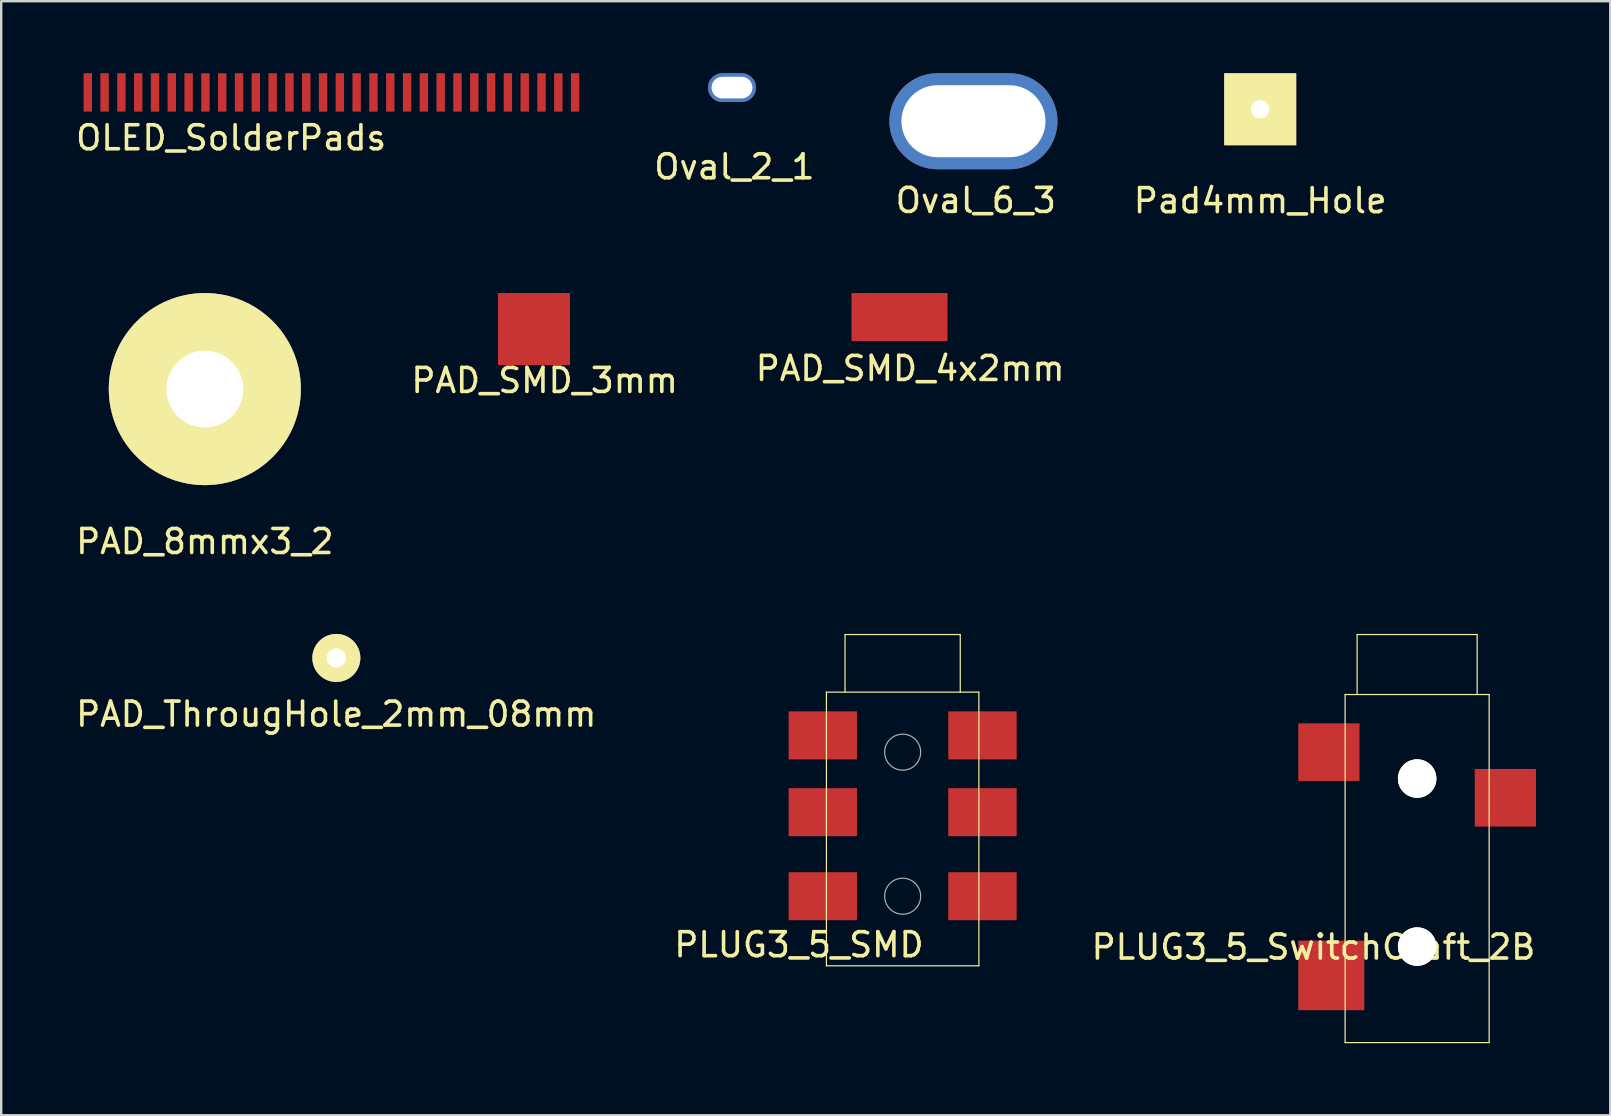
<source format=kicad_pcb>
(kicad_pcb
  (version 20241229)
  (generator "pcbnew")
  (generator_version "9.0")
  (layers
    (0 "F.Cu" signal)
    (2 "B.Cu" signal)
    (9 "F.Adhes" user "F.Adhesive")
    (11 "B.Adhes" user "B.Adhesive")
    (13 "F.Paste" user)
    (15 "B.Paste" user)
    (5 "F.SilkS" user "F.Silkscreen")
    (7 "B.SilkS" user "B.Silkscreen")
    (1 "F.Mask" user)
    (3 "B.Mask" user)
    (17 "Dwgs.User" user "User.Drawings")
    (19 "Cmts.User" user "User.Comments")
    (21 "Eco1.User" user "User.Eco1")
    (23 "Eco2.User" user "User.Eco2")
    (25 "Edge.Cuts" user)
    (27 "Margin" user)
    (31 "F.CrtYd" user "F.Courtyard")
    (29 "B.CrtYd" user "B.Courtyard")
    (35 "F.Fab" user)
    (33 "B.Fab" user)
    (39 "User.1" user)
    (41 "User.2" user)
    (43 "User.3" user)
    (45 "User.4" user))
  (footprint "Pad4mm_Hole"
    (layer "F.Cu")
    (at 49.444 1.5)
    (property "Reference" "Pad4mm_Hole" (at 0 3.81 0) (layer "F.SilkS") (effects (font (size 1 1) (thickness 0.15))))
    (attr through_hole)
    (pad "1" thru_hole rect (at 0 0) (size 3 3) (drill 0.762) (layers "*.Cu" "*.Mask" "F.SilkS")))
  (footprint "OLED_SolderPads"
    (layer "F.Cu")
    (at 10.757 0.8)
    (property "Reference" "OLED_SolderPads" (at -4.18 1.89 0) (layer "F.SilkS") (effects (font (size 1 1) (thickness 0.15))))
    (attr through_hole)
    (pad "1" smd rect (at -10.15 0) (size 0.35 1.6) (layers "F.Cu" "F.Mask" "F.Paste"))
    (pad "2" smd rect (at -9.45 0) (size 0.35 1.6) (layers "F.Cu" "F.Mask" "F.Paste"))
    (pad "3" smd rect (at -8.75 0) (size 0.35 1.6) (layers "F.Cu" "F.Mask" "F.Paste"))
    (pad "4" smd rect (at -8.05 0) (size 0.35 1.6) (layers "F.Cu" "F.Mask" "F.Paste"))
    (pad "5" smd rect (at -7.35 0) (size 0.35 1.6) (layers "F.Cu" "F.Mask" "F.Paste"))
    (pad "6" smd rect (at -6.65 0) (size 0.35 1.6) (layers "F.Cu" "F.Mask" "F.Paste"))
    (pad "7" smd rect (at -5.95 0) (size 0.35 1.6) (layers "F.Cu" "F.Mask" "F.Paste"))
    (pad "8" smd rect (at -5.25 0) (size 0.35 1.6) (layers "F.Cu" "F.Mask" "F.Paste"))
    (pad "9" smd rect (at -4.55 0) (size 0.35 1.6) (layers "F.Cu" "F.Mask" "F.Paste"))
    (pad "10" smd rect (at -3.85 0) (size 0.35 1.6) (layers "F.Cu" "F.Mask" "F.Paste"))
    (pad "11" smd rect (at -3.15 0) (size 0.35 1.6) (layers "F.Cu" "F.Mask" "F.Paste"))
    (pad "12" smd rect (at -2.45 0) (size 0.35 1.6) (layers "F.Cu" "F.Mask" "F.Paste"))
    (pad "13" smd rect (at -1.75 0) (size 0.35 1.6) (layers "F.Cu" "F.Mask" "F.Paste"))
    (pad "14" smd rect (at -1.05 0) (size 0.35 1.6) (layers "F.Cu" "F.Mask" "F.Paste"))
    (pad "15" smd rect (at -0.35 0) (size 0.35 1.6) (layers "F.Cu" "F.Mask" "F.Paste"))
    (pad "16" smd rect (at 0.35 0) (size 0.35 1.6) (layers "F.Cu" "F.Mask" "F.Paste"))
    (pad "17" smd rect (at 1.05 0) (size 0.35 1.6) (layers "F.Cu" "F.Mask" "F.Paste"))
    (pad "18" smd rect (at 1.75 0) (size 0.35 1.6) (layers "F.Cu" "F.Mask" "F.Paste"))
    (pad "19" smd rect (at 2.45 0) (size 0.35 1.6) (layers "F.Cu" "F.Mask" "F.Paste"))
    (pad "20" smd rect (at 3.15 0) (size 0.35 1.6) (layers "F.Cu" "F.Mask" "F.Paste"))
    (pad "21" smd rect (at 3.85 0) (size 0.35 1.6) (layers "F.Cu" "F.Mask" "F.Paste"))
    (pad "22" smd rect (at 4.55 0) (size 0.35 1.6) (layers "F.Cu" "F.Mask" "F.Paste"))
    (pad "23" smd rect (at 5.25 0) (size 0.35 1.6) (layers "F.Cu" "F.Mask" "F.Paste"))
    (pad "24" smd rect (at 5.95 0) (size 0.35 1.6) (layers "F.Cu" "F.Mask" "F.Paste"))
    (pad "25" smd rect (at 6.65 0) (size 0.35 1.6) (layers "F.Cu" "F.Mask" "F.Paste"))
    (pad "26" smd rect (at 7.35 0) (size 0.35 1.6) (layers "F.Cu" "F.Mask" "F.Paste"))
    (pad "27" smd rect (at 8.05 0) (size 0.35 1.6) (layers "F.Cu" "F.Mask" "F.Paste"))
    (pad "28" smd rect (at 8.75 0) (size 0.35 1.6) (layers "F.Cu" "F.Mask" "F.Paste"))
    (pad "29" smd rect (at 9.45 0) (size 0.35 1.6) (layers "F.Cu" "F.Mask" "F.Paste"))
    (pad "30" smd rect (at 10.15 0) (size 0.35 1.6) (layers "F.Cu" "F.Mask" "F.Paste")))
  (footprint "Oval_6_3"
    (layer "F.Cu")
    (at 37.499 2)
    (property "Reference" "Oval_6_3" (at 0.1 3.3 0) (layer "F.SilkS") (effects (font (size 1 1) (thickness 0.15))))
    (attr through_hole)
    (pad "1" thru_hole oval (at 0 0) (size 7 4) (drill oval 6 3) (layers "*.Cu" "*.Mask")))
  (footprint "PAD_8mmx3_2"
    (layer "F.Cu")
    (at 5.482 13.158)
    (property "Reference" "PAD_8mmx3_2" (at 0 6.35 0) (layer "F.SilkS") (effects (font (size 1 1) (thickness 0.15))))
    (attr through_hole)
    (pad "1" thru_hole circle (at 0 0) (size 8 8) (drill 3.2) (layers "*.Cu" "*.Mask" "F.SilkS")))
  (footprint "PLUG3_5_SwitchCraft_2B"
    (layer "F.Cu")
    (at 55.981 25.881)
    (property "Reference" "PLUG3_5_SwitchCraft_2B" (at -4.318 10.521 0) (layer "F.SilkS") (effects (font (size 1 1) (thickness 0.15))))
    (attr through_hole)
    (fp_line (start -3 0) (end 3 0) (stroke (width 0.05) (type solid)) (layer "F.SilkS"))
    (fp_line (start -3 14.5) (end -3 0) (stroke (width 0.05) (type solid)) (layer "F.SilkS"))
    (fp_line (start -3 14.5) (end 3 14.5) (stroke (width 0.05) (type solid)) (layer "F.SilkS"))
    (fp_line (start -2.5 0) (end -2.5 -2.5) (stroke (width 0.05) (type solid)) (layer "F.SilkS"))
    (fp_line (start 2.5 -2.5) (end -2.5 -2.5) (stroke (width 0.05) (type solid)) (layer "F.SilkS"))
    (fp_line (start 2.5 -2.5) (end 2.5 0) (stroke (width 0.05) (type solid)) (layer "F.SilkS"))
    (fp_line (start 3 0) (end 3 14.5) (stroke (width 0.05) (type solid)) (layer "F.SilkS"))
    (fp_circle (center 0 3.5) (end 0.75 3.5) (stroke (width 0.05) (type solid)) (fill no) (layer "F.Fab"))
    (fp_circle (center 0 10.5) (end 0.75 10.5) (stroke (width 0.05) (type solid)) (fill no) (layer "F.Fab"))
    (pad "" thru_hole circle (at 0 3.5) (size 1.6 1.6) (drill 1.6) (layers "*.Cu" "*.Mask" "F.SilkS"))
    (pad "" thru_hole circle (at 0 10.5) (size 1.6 1.6) (drill 1.6) (layers "*.Cu" "*.Mask" "F.SilkS"))
    (pad "1" smd rect (at -3.675 2.4) (size 2.55 2.4) (layers "F.Cu" "F.Mask" "F.Paste"))
    (pad "2" smd rect (at 3.675 4.3) (size 2.55 2.4) (layers "F.Cu" "F.Mask" "F.Paste"))
    (pad "3" smd rect (at -3.575 11.7) (size 2.75 2.9) (layers "F.Cu" "F.Mask" "F.Paste")))
  (footprint "PAD_ThrougHole_2mm_08mm"
    (layer "F.Cu")
    (at 10.96 24.357)
    (property "Reference" "PAD_ThrougHole_2mm_08mm" (at -0.002 2.341 0) (layer "F.SilkS") (effects (font (size 1 1) (thickness 0.15))))
    (attr through_hole)
    (pad "1" thru_hole oval (at 0 0) (size 2 2) (drill 0.8) (layers "*.Cu" "*.Mask" "F.SilkS")))
  (footprint "PLUG3_5_SMD"
    (layer "F.Cu")
    (at 34.55 25.782)
    (property "Reference" "PLUG3_5_SMD" (at -4.318 10.521 0) (layer "F.SilkS") (effects (font (size 1 1) (thickness 0.15))))
    (attr through_hole)
    (fp_line (start -3.175 0) (end 3.175 0) (stroke (width 0.05) (type solid)) (layer "F.SilkS"))
    (fp_line (start -3.175 11.4) (end -3.175 0) (stroke (width 0.05) (type solid)) (layer "F.SilkS"))
    (fp_line (start -3.175 11.4) (end 3.175 11.4) (stroke (width 0.05) (type solid)) (layer "F.SilkS"))
    (fp_line (start -2.4 0) (end -2.4 -2.4) (stroke (width 0.05) (type solid)) (layer "F.SilkS"))
    (fp_line (start 2.4 -2.4) (end -2.4 -2.4) (stroke (width 0.05) (type solid)) (layer "F.SilkS"))
    (fp_line (start 2.4 -2.4) (end 2.4 0) (stroke (width 0.05) (type solid)) (layer "F.SilkS"))
    (fp_line (start 3.175 0) (end 3.175 11.4) (stroke (width 0.05) (type solid)) (layer "F.SilkS"))
    (fp_circle (center 0 2.5) (end 0.75 2.5) (stroke (width 0.05) (type solid)) (fill no) (layer "F.Fab"))
    (fp_circle (center 0 8.5) (end 0.75 8.5) (stroke (width 0.05) (type solid)) (fill no) (layer "F.Fab"))
    (pad "1" smd rect (at -3.325 1.8) (size 2.85 2) (layers "F.Cu" "F.Mask" "F.Paste"))
    (pad "1" smd rect (at 3.325 1.8) (size 2.85 2) (layers "F.Cu" "F.Mask" "F.Paste"))
    (pad "2" smd rect (at -3.325 5) (size 2.85 2) (layers "F.Cu" "F.Mask" "F.Paste"))
    (pad "2" smd rect (at 3.325 5) (size 2.85 2) (layers "F.Cu" "F.Mask" "F.Paste"))
    (pad "3" smd rect (at -3.325 8.5) (size 2.85 2) (layers "F.Cu" "F.Mask" "F.Paste"))
    (pad "3" smd rect (at 3.325 8.5) (size 2.85 2) (layers "F.Cu" "F.Mask" "F.Paste")))
  (footprint "PAD_SMD_3mm"
    (layer "F.Cu")
    (at 19.194 10.658)
    (property "Reference" "PAD_SMD_3mm" (at 0.443 2.141 0) (layer "F.SilkS") (effects (font (size 1 1) (thickness 0.15))))
    (attr through_hole)
    (pad "1" smd rect (at 0 0) (size 3 3) (layers "F.Cu" "F.Mask" "F.Paste")))
  (footprint "Oval_2_1"
    (layer "F.Cu")
    (at 27.441 0.6)
    (property "Reference" "Oval_2_1" (at 0.1 3.3 0) (layer "F.SilkS") (effects (font (size 1 1) (thickness 0.15))))
    (attr through_hole)
    (pad "1" thru_hole oval (at 0 0) (size 2 1.2) (drill oval 1.7 0.9) (layers "*.Cu" "*.Mask")))
  (footprint "PAD_SMD_4x2mm"
    (layer "F.Cu")
    (at 34.42 10.158)
    (property "Reference" "PAD_SMD_4x2mm" (at 0.443 2.141 0) (layer "F.SilkS") (effects (font (size 1 1) (thickness 0.15))))
    (attr through_hole)
    (pad "1" smd rect (at 0 0) (size 4 2) (layers "F.Cu" "F.Mask" "F.Paste")))
  (gr_rect
    (start -3 -3)
    (end 64.026 43.407)
    (stroke (width 0.1) (type default))
    (fill no)
    (layer "Edge.Cuts")))
</source>
